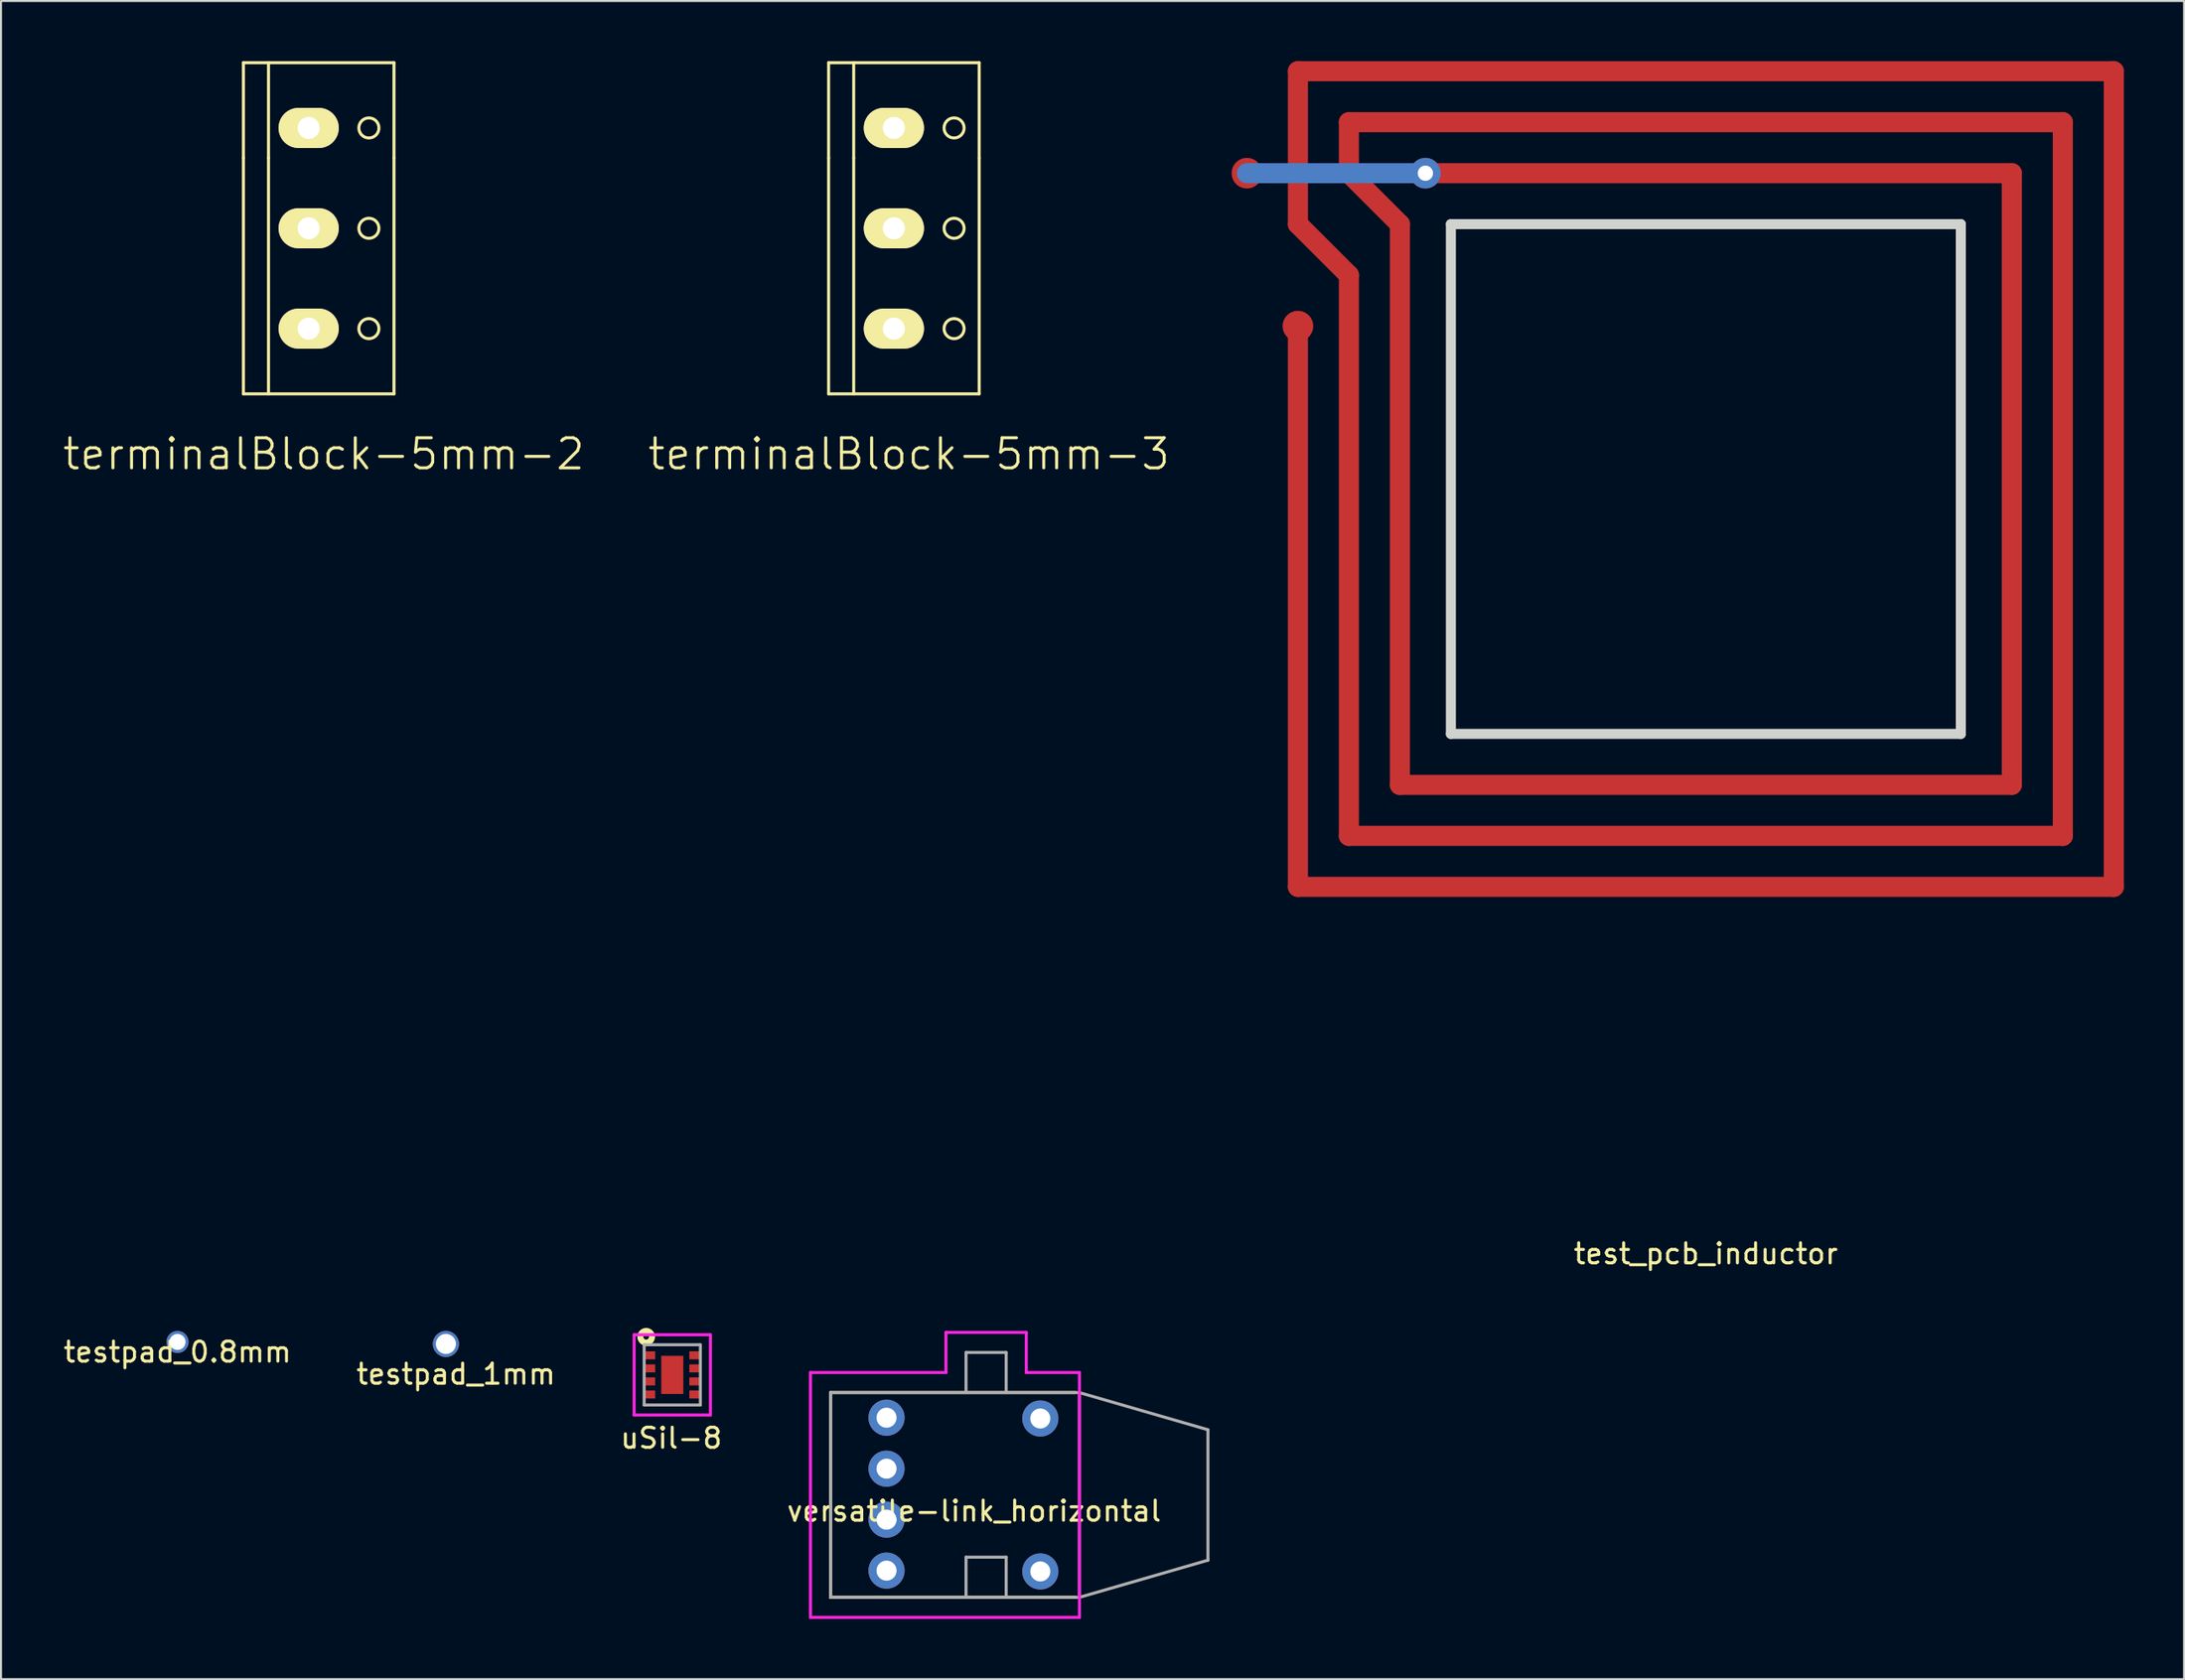
<source format=kicad_pcb>
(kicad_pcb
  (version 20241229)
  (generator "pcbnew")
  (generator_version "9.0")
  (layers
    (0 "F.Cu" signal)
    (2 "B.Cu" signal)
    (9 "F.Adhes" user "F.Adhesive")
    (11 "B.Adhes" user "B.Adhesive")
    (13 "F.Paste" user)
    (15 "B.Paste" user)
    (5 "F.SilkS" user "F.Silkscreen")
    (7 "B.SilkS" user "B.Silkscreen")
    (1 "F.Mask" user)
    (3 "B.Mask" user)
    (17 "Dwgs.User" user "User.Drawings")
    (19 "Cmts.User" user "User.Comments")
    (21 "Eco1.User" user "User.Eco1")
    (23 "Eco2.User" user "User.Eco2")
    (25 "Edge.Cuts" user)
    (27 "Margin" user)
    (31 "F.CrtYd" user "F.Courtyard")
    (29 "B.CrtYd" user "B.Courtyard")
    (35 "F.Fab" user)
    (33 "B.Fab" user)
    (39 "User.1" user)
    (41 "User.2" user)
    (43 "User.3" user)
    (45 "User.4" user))
  (footprint "terminalBlock-5mm-3"
    (layer "F.Cu")
    (at 41.475 8.325)
    (property "Reference" "terminalBlock-5mm-3" (at 0.75 11.25 0) (layer "F.SilkS") (effects (font (size 1.5 1.5) (thickness 0.15))))
    (attr through_hole)
    (fp_line (start -3.25 -8.25) (end 4.25 -8.25) (stroke (width 0.15) (type solid)) (layer "F.SilkS"))
    (fp_line (start -3.25 -3.5) (end -3.25 -8.25) (stroke (width 0.15) (type solid)) (layer "F.SilkS"))
    (fp_line (start -3.25 8.25) (end -3.25 -3.5) (stroke (width 0.15) (type solid)) (layer "F.SilkS"))
    (fp_line (start -2 -3.5) (end -2 -8.25) (stroke (width 0.15) (type solid)) (layer "F.SilkS"))
    (fp_line (start -2 -3.5) (end -2 8.25) (stroke (width 0.15) (type solid)) (layer "F.SilkS"))
    (fp_line (start 4.25 -8.25) (end 4.25 -3.5) (stroke (width 0.15) (type solid)) (layer "F.SilkS"))
    (fp_line (start 4.25 -3.5) (end 4.25 8.25) (stroke (width 0.15) (type solid)) (layer "F.SilkS"))
    (fp_line (start 4.25 8.25) (end -3.25 8.25) (stroke (width 0.15) (type solid)) (layer "F.SilkS"))
    (fp_circle (center 3 -5) (end 3 -4.5) (stroke (width 0.15) (type solid)) (fill no) (layer "F.SilkS"))
    (fp_circle (center 3 0) (end 3 0.5) (stroke (width 0.15) (type solid)) (fill no) (layer "F.SilkS"))
    (fp_circle (center 3 5) (end 3 5.5) (stroke (width 0.15) (type solid)) (fill no) (layer "F.SilkS"))
    (pad "1" thru_hole oval (at 0 -5) (size 3 2) (drill 1.1) (layers "*.Cu" "*.Mask" "F.SilkS"))
    (pad "2" thru_hole oval (at 0 0) (size 3 2) (drill 1.1) (layers "*.Cu" "*.Mask" "F.SilkS"))
    (pad "3" thru_hole oval (at 0 5) (size 3 2) (drill 1.1) (layers "*.Cu" "*.Mask" "F.SilkS")))
  (footprint "terminalBlock-5mm-2"
    (layer "F.Cu")
    (at 12.325 8.325)
    (property "Reference" "terminalBlock-5mm-2" (at 0.75 11.25 0) (layer "F.SilkS") (effects (font (size 1.5 1.5) (thickness 0.15))))
    (attr through_hole)
    (fp_line (start -3.25 -8.25) (end 4.25 -8.25) (stroke (width 0.15) (type solid)) (layer "F.SilkS"))
    (fp_line (start -3.25 -3.5) (end -3.25 -8.25) (stroke (width 0.15) (type solid)) (layer "F.SilkS"))
    (fp_line (start -3.25 8.25) (end -3.25 -3.5) (stroke (width 0.15) (type solid)) (layer "F.SilkS"))
    (fp_line (start -2 -3.5) (end -2 -8.25) (stroke (width 0.15) (type solid)) (layer "F.SilkS"))
    (fp_line (start -2 -3.5) (end -2 8.25) (stroke (width 0.15) (type solid)) (layer "F.SilkS"))
    (fp_line (start 4.25 -8.25) (end 4.25 -3.5) (stroke (width 0.15) (type solid)) (layer "F.SilkS"))
    (fp_line (start 4.25 -3.5) (end 4.25 8.25) (stroke (width 0.15) (type solid)) (layer "F.SilkS"))
    (fp_line (start 4.25 8.25) (end -3.25 8.25) (stroke (width 0.15) (type solid)) (layer "F.SilkS"))
    (fp_circle (center 3 -5) (end 3 -4.5) (stroke (width 0.15) (type solid)) (fill no) (layer "F.SilkS"))
    (fp_circle (center 3 0) (end 3 0.5) (stroke (width 0.15) (type solid)) (fill no) (layer "F.SilkS"))
    (fp_circle (center 3 5) (end 3 5.5) (stroke (width 0.15) (type solid)) (fill no) (layer "F.SilkS"))
    (pad "1" thru_hole oval (at 0 -5) (size 3 2) (drill 1.1) (layers "*.Cu" "*.Mask" "F.SilkS"))
    (pad "2" thru_hole oval (at 0 0) (size 3 2) (drill 1.1) (layers "*.Cu" "*.Mask" "F.SilkS"))
    (pad "3" thru_hole oval (at 0 5) (size 3 2) (drill 1.1) (layers "*.Cu" "*.Mask" "F.SilkS")))
  (footprint "uSil-8"
    (layer "F.Cu")
    (at 30.437 65.46)
    (property "Reference" "uSil-8" (at -0.05 3.15 0) (layer "F.SilkS") (effects (font (size 1 1) (thickness 0.15))))
    (attr through_hole)
    (fp_circle (center -1.3 -1.9) (end -1.159 -1.9) (stroke (width 0.3) (type solid)) (fill no) (layer "F.SilkS"))
    (fp_line (start -1.9 -2) (end -1.9 2) (stroke (width 0.15) (type solid)) (layer "F.CrtYd"))
    (fp_line (start -1.9 2) (end 1.9 2) (stroke (width 0.15) (type solid)) (layer "F.CrtYd"))
    (fp_line (start 1.9 -2) (end -1.9 -2) (stroke (width 0.15) (type solid)) (layer "F.CrtYd"))
    (fp_line (start 1.9 2) (end 1.9 -2) (stroke (width 0.15) (type solid)) (layer "F.CrtYd"))
    (fp_line (start -1.4 -1.5) (end 1.4 -1.5) (stroke (width 0.15) (type solid)) (layer "F.Fab"))
    (fp_line (start -1.4 1.5) (end -1.4 -1.5) (stroke (width 0.15) (type solid)) (layer "F.Fab"))
    (fp_line (start 1.4 -1.5) (end 1.4 1.5) (stroke (width 0.15) (type solid)) (layer "F.Fab"))
    (fp_line (start 1.4 1.5) (end -1.4 1.5) (stroke (width 0.15) (type solid)) (layer "F.Fab"))
    (pad "1" smd rect (at -1.1 -0.975) (size 0.5 0.4) (layers "F.Cu" "F.Mask" "F.Paste"))
    (pad "2" smd rect (at -1.1 -0.325) (size 0.5 0.4) (layers "F.Cu" "F.Mask" "F.Paste"))
    (pad "3" smd rect (at -1.1 0.325) (size 0.5 0.4) (layers "F.Cu" "F.Mask" "F.Paste"))
    (pad "4" smd rect (at -1.1 0.975) (size 0.5 0.4) (layers "F.Cu" "F.Mask" "F.Paste"))
    (pad "5" smd rect (at 1.1 0.975) (size 0.5 0.4) (layers "F.Cu" "F.Mask" "F.Paste"))
    (pad "6" smd rect (at 1.1 0.325) (size 0.5 0.4) (layers "F.Cu" "F.Mask" "F.Paste"))
    (pad "7" smd rect (at 1.1 -0.325) (size 0.5 0.4) (layers "F.Cu" "F.Mask" "F.Paste"))
    (pad "8" smd rect (at 1.1 -0.975) (size 0.5 0.4) (layers "F.Cu" "F.Mask" "F.Paste"))
    (pad "9" smd rect (at 0 0) (size 1.1 1.9) (layers "F.Cu" "F.Mask" "F.Paste")))
  (footprint "versatile-link_horizontal"
    (layer "F.Cu")
    (at 44.92 71.443)
    (property "Reference" "versatile-link_horizontal" (at 0.55 0.8 0) (layer "F.SilkS") (effects (font (size 1 1) (thickness 0.15))))
    (attr through_hole)
    (fp_line (start -6.6 -5.1) (end -6.6 5.1) (stroke (width 0.15) (type solid)) (layer "F.SilkS"))
    (fp_line (start -6.6 -5.1) (end 5.6 -5.1) (stroke (width 0.15) (type solid)) (layer "F.SilkS"))
    (fp_line (start -6.6 5.1) (end 5.6 5.1) (stroke (width 0.15) (type solid)) (layer "F.SilkS"))
    (fp_line (start -7.6 -6.1) (end -0.85 -6.1) (stroke (width 0.15) (type solid)) (layer "F.CrtYd"))
    (fp_line (start -7.6 6.1) (end -7.6 -6.1) (stroke (width 0.15) (type solid)) (layer "F.CrtYd"))
    (fp_line (start -0.85 -8.1) (end 3.15 -8.1) (stroke (width 0.15) (type solid)) (layer "F.CrtYd"))
    (fp_line (start -0.85 -6.1) (end -0.85 -8.1) (stroke (width 0.15) (type solid)) (layer "F.CrtYd"))
    (fp_line (start 3.15 -8.1) (end 3.15 -6.1) (stroke (width 0.15) (type solid)) (layer "F.CrtYd"))
    (fp_line (start 3.15 -6.1) (end 5.8 -6.1) (stroke (width 0.15) (type solid)) (layer "F.CrtYd"))
    (fp_line (start 5.8 -6.1) (end 5.8 6.1) (stroke (width 0.15) (type solid)) (layer "F.CrtYd"))
    (fp_line (start 5.8 6.1) (end -7.6 6.1) (stroke (width 0.15) (type solid)) (layer "F.CrtYd"))
    (fp_line (start -6.6 -5.1) (end 5.8 -5.1) (stroke (width 0.15) (type solid)) (layer "F.Fab"))
    (fp_line (start -6.6 -5.05) (end -6.6 -5.1) (stroke (width 0.15) (type solid)) (layer "F.Fab"))
    (fp_line (start -6.6 5.1) (end -6.6 -5.05) (stroke (width 0.15) (type solid)) (layer "F.Fab"))
    (fp_line (start 0.15 -7.1) (end 0.15 -5.1) (stroke (width 0.15) (type solid)) (layer "F.Fab"))
    (fp_line (start 0.15 3.1) (end 0.15 5.1) (stroke (width 0.15) (type solid)) (layer "F.Fab"))
    (fp_line (start 2.15 -7.1) (end 0.15 -7.1) (stroke (width 0.15) (type solid)) (layer "F.Fab"))
    (fp_line (start 2.15 -5.1) (end 2.15 -7.1) (stroke (width 0.15) (type solid)) (layer "F.Fab"))
    (fp_line (start 2.15 3.1) (end 0.15 3.1) (stroke (width 0.15) (type solid)) (layer "F.Fab"))
    (fp_line (start 2.15 5.1) (end 2.15 3.1) (stroke (width 0.15) (type solid)) (layer "F.Fab"))
    (fp_line (start 5.8 -5.1) (end 5.8 5.1) (stroke (width 0.15) (type solid)) (layer "F.Fab"))
    (fp_line (start 5.8 -5.1) (end 12.2 -3.25) (stroke (width 0.15) (type solid)) (layer "F.Fab"))
    (fp_line (start 5.8 5.1) (end -6.6 5.1) (stroke (width 0.15) (type solid)) (layer "F.Fab"))
    (fp_line (start 12.2 -3.25) (end 12.2 3.25) (stroke (width 0.15) (type solid)) (layer "F.Fab"))
    (fp_line (start 12.2 3.25) (end 5.8 5.1) (stroke (width 0.15) (type solid)) (layer "F.Fab"))
    (pad "1" thru_hole circle (at -3.81 -3.85 90) (size 1.8 1.8) (drill 1) (layers "*.Cu" "*.Mask"))
    (pad "2" thru_hole circle (at -3.81 -1.31 90) (size 1.8 1.8) (drill 1) (layers "*.Cu" "*.Mask"))
    (pad "3" thru_hole circle (at -3.81 1.23 90) (size 1.8 1.8) (drill 1) (layers "*.Cu" "*.Mask"))
    (pad "4" thru_hole circle (at -3.81 3.77 90) (size 1.8 1.8) (drill 1) (layers "*.Cu" "*.Mask"))
    (pad "5" thru_hole circle (at 3.85 3.81 90) (size 1.8 1.8) (drill 1) (layers "*.Cu" "*.Mask"))
    (pad "8" thru_hole circle (at 3.85 -3.81 90) (size 1.8 1.8) (drill 1) (layers "*.Cu" "*.Mask")))
  (footprint "testpad_1mm"
    (layer "F.Cu")
    (at 19.161 63.918)
    (property "Reference" "testpad_1mm" (at 0.5 1.5 0) (layer "F.SilkS") (effects (font (size 1 1) (thickness 0.15))))
    (attr through_hole)
    (pad "1" thru_hole circle (at 0 0) (size 1.3 1.3) (drill 1) (layers "*.Cu" "*.Mask")))
  (footprint "test_pcb_inductor"
    (layer "F.Cu")
    (at 81.922 58.92)
    (property "Reference" "test_pcb_inductor" (at 0 0.5 0) (layer "F.SilkS") (effects (font (size 1 1) (thickness 0.15))))
    (attr through_hole)
    (fp_line (start -20.32 -58.42) (end 20.32 -58.42) (stroke (width 1) (type solid)) (layer "F.Cu"))
    (fp_line (start -20.32 -50.8) (end -20.32 -58.42) (stroke (width 1) (type solid)) (layer "F.Cu"))
    (fp_line (start -20.32 -17.78) (end -20.32 -45.72) (stroke (width 1) (type solid)) (layer "F.Cu"))
    (fp_line (start -17.78 -55.88) (end 17.78 -55.88) (stroke (width 1) (type solid)) (layer "F.Cu"))
    (fp_line (start -17.78 -53.34) (end -17.78 -55.88) (stroke (width 1) (type solid)) (layer "F.Cu"))
    (fp_line (start -17.78 -48.26) (end -20.32 -50.8) (stroke (width 1) (type solid)) (layer "F.Cu"))
    (fp_line (start -17.78 -20.32) (end -17.78 -48.26) (stroke (width 1) (type solid)) (layer "F.Cu"))
    (fp_line (start -15.24 -50.8) (end -17.78 -53.34) (stroke (width 1) (type solid)) (layer "F.Cu"))
    (fp_line (start -15.24 -22.86) (end -15.24 -50.8) (stroke (width 1) (type solid)) (layer "F.Cu"))
    (fp_line (start -13.97 -53.34) (end 15.24 -53.34) (stroke (width 1) (type solid)) (layer "F.Cu"))
    (fp_line (start 15.24 -53.34) (end 15.24 -22.86) (stroke (width 1) (type solid)) (layer "F.Cu"))
    (fp_line (start 15.24 -22.86) (end -15.24 -22.86) (stroke (width 1) (type solid)) (layer "F.Cu"))
    (fp_line (start 17.78 -55.88) (end 17.78 -20.32) (stroke (width 1) (type solid)) (layer "F.Cu"))
    (fp_line (start 17.78 -20.32) (end -17.78 -20.32) (stroke (width 1) (type solid)) (layer "F.Cu"))
    (fp_line (start 20.32 -58.42) (end 20.32 -17.78) (stroke (width 1) (type solid)) (layer "F.Cu"))
    (fp_line (start 20.32 -17.78) (end -20.32 -17.78) (stroke (width 1) (type solid)) (layer "F.Cu"))
    (fp_line (start -13.97 -53.34) (end -22.86 -53.34) (stroke (width 1) (type solid)) (layer "B.Cu"))
    (fp_line (start -12.7 -50.8) (end 12.7 -50.8) (stroke (width 0.5) (type solid)) (layer "Edge.Cuts"))
    (fp_line (start -12.7 -25.4) (end -12.7 -50.8) (stroke (width 0.5) (type solid)) (layer "Edge.Cuts"))
    (fp_line (start 12.7 -50.8) (end 12.7 -25.4) (stroke (width 0.5) (type solid)) (layer "Edge.Cuts"))
    (fp_line (start 12.7 -25.4) (end -12.7 -25.4) (stroke (width 0.5) (type solid)) (layer "Edge.Cuts"))
    (pad "" thru_hole circle (at -13.97 -53.34) (size 1.524 1.524) (drill 0.762) (layers "*.Cu" "*.Mask"))
    (pad "1" smd circle (at -22.86 -53.34) (size 1.524 1.524) (layers "F.Cu" "F.Mask" "F.Paste"))
    (pad "2" smd circle (at -20.32 -45.72) (size 1.524 1.524) (layers "F.Cu" "F.Mask" "F.Paste")))
  (footprint "testpad_0.8mm"
    (layer "F.Cu")
    (at 5.792 63.818)
    (property "Reference" "testpad_0.8mm" (at 0 0.5 0) (layer "F.SilkS") (effects (font (size 1 1) (thickness 0.15))))
    (attr through_hole)
    (pad "1" thru_hole circle (at 0 0) (size 1.1 1.1) (drill 0.8) (layers "*.Cu" "*.Mask")))
  (gr_rect
    (start -3 -3)
    (end 105.742 80.618)
    (stroke (width 0.1) (type default))
    (fill no)
    (layer "Edge.Cuts")))
</source>
